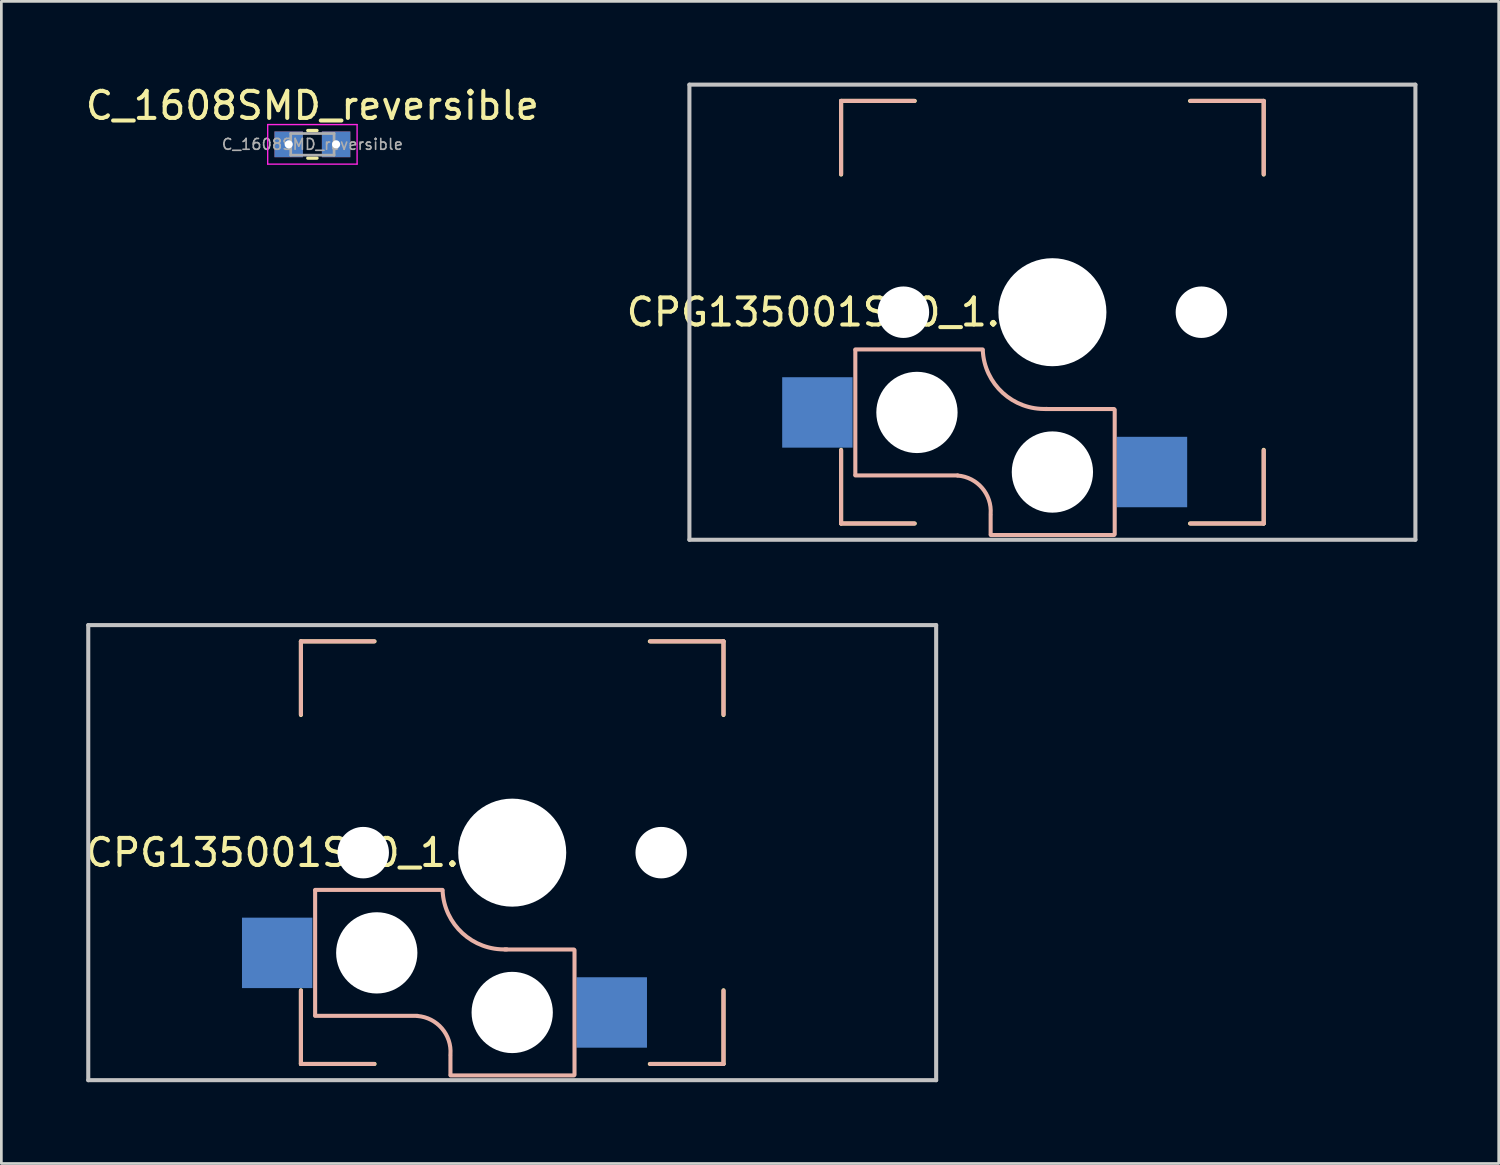
<source format=kicad_pcb>
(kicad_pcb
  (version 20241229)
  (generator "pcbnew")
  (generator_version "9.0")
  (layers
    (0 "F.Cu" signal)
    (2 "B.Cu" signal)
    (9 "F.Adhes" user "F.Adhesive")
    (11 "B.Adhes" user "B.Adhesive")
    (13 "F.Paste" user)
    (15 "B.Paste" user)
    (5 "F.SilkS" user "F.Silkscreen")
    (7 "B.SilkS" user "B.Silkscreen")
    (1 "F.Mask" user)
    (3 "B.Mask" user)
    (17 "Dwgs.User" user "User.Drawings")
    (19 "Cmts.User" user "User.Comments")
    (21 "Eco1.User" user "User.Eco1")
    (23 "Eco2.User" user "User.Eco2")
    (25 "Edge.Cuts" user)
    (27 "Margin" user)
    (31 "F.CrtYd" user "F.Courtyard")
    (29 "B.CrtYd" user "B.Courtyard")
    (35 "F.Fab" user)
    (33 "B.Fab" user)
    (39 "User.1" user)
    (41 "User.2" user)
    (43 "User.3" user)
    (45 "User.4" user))
  (footprint "CPG135001S30_1.5u"
    (layer "F.Cu")
    (at 35.799 8.475)
    (property "Reference" "CPG135001S30_1.5u" (at -7.9 0 180) (layer "F.SilkS") (effects (font (size 1 1) (thickness 0.15))))
    (attr through_hole)
    (fp_line (start -7.8 -7.8) (end -5.08 -7.8) (stroke (width 0.15) (type solid)) (layer "F.SilkS"))
    (fp_line (start -7.8 -5.08) (end -7.8 -7.8) (stroke (width 0.15) (type solid)) (layer "F.SilkS"))
    (fp_line (start -7.8 5.08) (end -7.8 7.8) (stroke (width 0.15) (type solid)) (layer "F.SilkS"))
    (fp_line (start -7.8 7.8) (end -5.08 7.8) (stroke (width 0.15) (type solid)) (layer "F.SilkS"))
    (fp_line (start 5.08 7.8) (end 7.8 7.8) (stroke (width 0.15) (type solid)) (layer "F.SilkS"))
    (fp_line (start 7.8 -7.8) (end 5.08 -7.8) (stroke (width 0.15) (type solid)) (layer "F.SilkS"))
    (fp_line (start 7.8 -5.08) (end 7.8 -7.8) (stroke (width 0.15) (type solid)) (layer "F.SilkS"))
    (fp_line (start 7.8 7.8) (end 7.8 5.08) (stroke (width 0.15) (type solid)) (layer "F.SilkS"))
    (fp_line (start -7.8 -7.8) (end -5.1 -7.8) (stroke (width 0.15) (type solid)) (layer "B.SilkS"))
    (fp_line (start -7.8 -5.1) (end -7.8 -7.8) (stroke (width 0.15) (type solid)) (layer "B.SilkS"))
    (fp_line (start -7.8 7.8) (end -7.8 5.1) (stroke (width 0.15) (type solid)) (layer "B.SilkS"))
    (fp_line (start -7.275 1.4) (end -7.275 6) (stroke (width 0.15) (type solid)) (layer "B.SilkS"))
    (fp_line (start -5.1 7.8) (end -7.8 7.8) (stroke (width 0.15) (type solid)) (layer "B.SilkS"))
    (fp_line (start -3.5 6.025) (end -7.275 6.025) (stroke (width 0.15) (type solid)) (layer "B.SilkS"))
    (fp_line (start -2.575 1.375) (end -7.275 1.375) (stroke (width 0.15) (type solid)) (layer "B.SilkS"))
    (fp_line (start -2.28 7.5) (end -2.28 8.2) (stroke (width 0.15) (type solid)) (layer "B.SilkS"))
    (fp_line (start 2.275 3.575) (end -0.275 3.575) (stroke (width 0.15) (type solid)) (layer "B.SilkS"))
    (fp_line (start 2.275 8.225) (end -2.275 8.225) (stroke (width 0.15) (type solid)) (layer "B.SilkS"))
    (fp_line (start 2.3 3.6) (end 2.3 8.2) (stroke (width 0.15) (type solid)) (layer "B.SilkS"))
    (fp_line (start 5.1 -7.8) (end 7.8 -7.8) (stroke (width 0.15) (type solid)) (layer "B.SilkS"))
    (fp_line (start 7.8 -7.8) (end 7.8 -5.1) (stroke (width 0.15) (type solid)) (layer "B.SilkS"))
    (fp_line (start 7.8 5.1) (end 7.8 7.8) (stroke (width 0.15) (type solid)) (layer "B.SilkS"))
    (fp_line (start 7.8 7.8) (end 5.1 7.8) (stroke (width 0.15) (type solid)) (layer "B.SilkS"))
    (fp_arc (start -3.5 6.03) (mid -2.595908 6.48733) (end -2.28 7.45) (stroke (width 0.15) (type solid)) (layer "B.SilkS"))
    (fp_arc (start -0.2 3.57) (mid -1.834422 2.975843) (end -2.57 1.4) (stroke (width 0.15) (type solid)) (layer "B.SilkS"))
    (fp_line (start -13.4 -8.4) (end 13.4 -8.4) (stroke (width 0.15) (type solid)) (layer "Dwgs.User"))
    (fp_line (start -13.4 8.4) (end -13.4 -8.4) (stroke (width 0.15) (type solid)) (layer "Dwgs.User"))
    (fp_line (start 13.4 -8.4) (end 13.4 8.4) (stroke (width 0.15) (type solid)) (layer "Dwgs.User"))
    (fp_line (start 13.4 8.4) (end -13.4 8.4) (stroke (width 0.15) (type solid)) (layer "Dwgs.User"))
    (fp_line (start -7 7) (end -7 -7) (stroke (width 0.15) (type solid)) (layer "Eco2.User"))
    (fp_line (start -7 7) (end 7 7) (stroke (width 0.15) (type solid)) (layer "Eco2.User"))
    (fp_line (start 7 -7) (end -7 -7) (stroke (width 0.15) (type solid)) (layer "Eco2.User"))
    (fp_line (start 7 -7) (end 7 7) (stroke (width 0.15) (type solid)) (layer "Eco2.User"))
    (pad "" np_thru_hole circle (at -5.5 0) (size 1.9 1.9) (drill 1.9) (layers "*.Cu" "*.Mask"))
    (pad "" np_thru_hole circle (at -5 3.7) (size 3 3) (drill 3) (layers "*.Cu" "*.Mask"))
    (pad "" np_thru_hole circle (at 0 0) (size 3.988 3.988) (drill 3.988) (layers "*.Cu" "*.Mask"))
    (pad "" np_thru_hole circle (at 0 5.9 90) (size 3 3) (drill 3) (layers "*.Cu" "*.Mask"))
    (pad "" np_thru_hole circle (at 5.5 0) (size 1.9 1.9) (drill 1.9) (layers "*.Cu" "*.Mask"))
    (pad "1" smd rect (at -8.675 3.7) (size 2.6 2.6) (layers "B.Cu" "B.Mask" "B.Paste"))
    (pad "2" smd rect (at 3.675 5.9 180) (size 2.6 2.6) (layers "B.Cu" "B.Mask" "B.Paste")))
  (footprint "C_1608SMD_reversible"
    (layer "F.Cu")
    (at 8.482 2.278)
    (property "Reference" "C_1608SMD_reversible" (at 0 -1.43 0) (layer "F.SilkS") (effects (font (size 1 1) (thickness 0.15))))
    (attr smd)
    (fp_line (start -0.171 -0.51) (end 0.171 -0.51) (stroke (width 0.12) (type solid)) (layer "F.SilkS"))
    (fp_line (start -0.171 0.51) (end 0.171 0.51) (stroke (width 0.12) (type solid)) (layer "F.SilkS"))
    (fp_line (start -1.65 -0.73) (end 1.65 -0.73) (stroke (width 0.05) (type solid)) (layer "F.CrtYd"))
    (fp_line (start -1.65 0.73) (end -1.65 -0.73) (stroke (width 0.05) (type solid)) (layer "F.CrtYd"))
    (fp_line (start 1.65 -0.73) (end 1.65 0.73) (stroke (width 0.05) (type solid)) (layer "F.CrtYd"))
    (fp_line (start 1.65 0.73) (end -1.65 0.73) (stroke (width 0.05) (type solid)) (layer "F.CrtYd"))
    (fp_line (start -0.8 -0.4) (end 0.8 -0.4) (stroke (width 0.1) (type solid)) (layer "F.Fab"))
    (fp_line (start -0.8 0.4) (end -0.8 -0.4) (stroke (width 0.1) (type solid)) (layer "F.Fab"))
    (fp_line (start 0.8 -0.4) (end 0.8 0.4) (stroke (width 0.1) (type solid)) (layer "F.Fab"))
    (fp_line (start 0.8 0.4) (end -0.8 0.4) (stroke (width 0.1) (type solid)) (layer "F.Fab"))
    (fp_text user "${REFERENCE}" (at 0 0 0) (layer "F.Fab") (effects (font (size 0.4 0.4) (thickness 0.06))))
    (pad "1" thru_hole rect (at -0.875 0) (size 1.05 0.95) (drill 0.3) (layers "*.Cu" "*.Mask"))
    (pad "2" thru_hole rect (at 0.875 0) (size 1.05 0.95) (drill 0.3) (layers "*.Cu" "*.Mask")))
  (footprint "CPG135001S30_1.75"
    (layer "F.Cu")
    (at 15.858 28.425)
    (property "Reference" "CPG135001S30_1.75" (at -7.9 0 180) (layer "F.SilkS") (effects (font (size 1 1) (thickness 0.15))))
    (attr through_hole)
    (fp_line (start -7.8 -7.8) (end -5.08 -7.8) (stroke (width 0.15) (type solid)) (layer "F.SilkS"))
    (fp_line (start -7.8 -5.08) (end -7.8 -7.8) (stroke (width 0.15) (type solid)) (layer "F.SilkS"))
    (fp_line (start -7.8 5.08) (end -7.8 7.8) (stroke (width 0.15) (type solid)) (layer "F.SilkS"))
    (fp_line (start -7.8 7.8) (end -5.08 7.8) (stroke (width 0.15) (type solid)) (layer "F.SilkS"))
    (fp_line (start 5.08 7.8) (end 7.8 7.8) (stroke (width 0.15) (type solid)) (layer "F.SilkS"))
    (fp_line (start 7.8 -7.8) (end 5.08 -7.8) (stroke (width 0.15) (type solid)) (layer "F.SilkS"))
    (fp_line (start 7.8 -5.08) (end 7.8 -7.8) (stroke (width 0.15) (type solid)) (layer "F.SilkS"))
    (fp_line (start 7.8 7.8) (end 7.8 5.08) (stroke (width 0.15) (type solid)) (layer "F.SilkS"))
    (fp_line (start -7.8 -7.8) (end -5.1 -7.8) (stroke (width 0.15) (type solid)) (layer "B.SilkS"))
    (fp_line (start -7.8 -5.1) (end -7.8 -7.8) (stroke (width 0.15) (type solid)) (layer "B.SilkS"))
    (fp_line (start -7.8 7.8) (end -7.8 5.1) (stroke (width 0.15) (type solid)) (layer "B.SilkS"))
    (fp_line (start -7.275 1.4) (end -7.275 6) (stroke (width 0.15) (type solid)) (layer "B.SilkS"))
    (fp_line (start -5.1 7.8) (end -7.8 7.8) (stroke (width 0.15) (type solid)) (layer "B.SilkS"))
    (fp_line (start -3.5 6.025) (end -7.275 6.025) (stroke (width 0.15) (type solid)) (layer "B.SilkS"))
    (fp_line (start -2.575 1.375) (end -7.275 1.375) (stroke (width 0.15) (type solid)) (layer "B.SilkS"))
    (fp_line (start -2.28 7.5) (end -2.28 8.2) (stroke (width 0.15) (type solid)) (layer "B.SilkS"))
    (fp_line (start 2.275 3.575) (end -0.275 3.575) (stroke (width 0.15) (type solid)) (layer "B.SilkS"))
    (fp_line (start 2.275 8.225) (end -2.275 8.225) (stroke (width 0.15) (type solid)) (layer "B.SilkS"))
    (fp_line (start 2.3 3.6) (end 2.3 8.2) (stroke (width 0.15) (type solid)) (layer "B.SilkS"))
    (fp_line (start 5.1 -7.8) (end 7.8 -7.8) (stroke (width 0.15) (type solid)) (layer "B.SilkS"))
    (fp_line (start 7.8 -7.8) (end 7.8 -5.1) (stroke (width 0.15) (type solid)) (layer "B.SilkS"))
    (fp_line (start 7.8 5.1) (end 7.8 7.8) (stroke (width 0.15) (type solid)) (layer "B.SilkS"))
    (fp_line (start 7.8 7.8) (end 5.1 7.8) (stroke (width 0.15) (type solid)) (layer "B.SilkS"))
    (fp_arc (start -3.5 6.03) (mid -2.595908 6.48733) (end -2.28 7.45) (stroke (width 0.15) (type solid)) (layer "B.SilkS"))
    (fp_arc (start -0.2 3.57) (mid -1.834422 2.975843) (end -2.57 1.4) (stroke (width 0.15) (type solid)) (layer "B.SilkS"))
    (fp_line (start -15.65 -8.4) (end 15.65 -8.4) (stroke (width 0.15) (type solid)) (layer "Dwgs.User"))
    (fp_line (start -15.65 8.4) (end -15.65 -8.4) (stroke (width 0.15) (type solid)) (layer "Dwgs.User"))
    (fp_line (start 15.65 -8.4) (end 15.65 8.4) (stroke (width 0.15) (type solid)) (layer "Dwgs.User"))
    (fp_line (start 15.65 8.4) (end -15.65 8.4) (stroke (width 0.15) (type solid)) (layer "Dwgs.User"))
    (fp_line (start -7 7) (end -7 -7) (stroke (width 0.15) (type solid)) (layer "Eco2.User"))
    (fp_line (start -7 7) (end 7 7) (stroke (width 0.15) (type solid)) (layer "Eco2.User"))
    (fp_line (start 7 -7) (end -7 -7) (stroke (width 0.15) (type solid)) (layer "Eco2.User"))
    (fp_line (start 7 -7) (end 7 7) (stroke (width 0.15) (type solid)) (layer "Eco2.User"))
    (pad "" np_thru_hole circle (at -5.5 0) (size 1.9 1.9) (drill 1.9) (layers "*.Cu" "*.Mask"))
    (pad "" np_thru_hole circle (at -5 3.7) (size 3 3) (drill 3) (layers "*.Cu" "*.Mask"))
    (pad "" np_thru_hole circle (at 0 0) (size 3.988 3.988) (drill 3.988) (layers "*.Cu" "*.Mask"))
    (pad "" np_thru_hole circle (at 0 5.9 90) (size 3 3) (drill 3) (layers "*.Cu" "*.Mask"))
    (pad "" np_thru_hole circle (at 5.5 0) (size 1.9 1.9) (drill 1.9) (layers "*.Cu" "*.Mask"))
    (pad "1" smd rect (at -8.675 3.7) (size 2.6 2.6) (layers "B.Cu" "B.Mask" "B.Paste"))
    (pad "2" smd rect (at 3.675 5.9 180) (size 2.6 2.6) (layers "B.Cu" "B.Mask" "B.Paste")))
  (gr_rect
    (start -3 -3)
    (end 52.274 39.9)
    (stroke (width 0.1) (type default))
    (fill no)
    (layer "Edge.Cuts")))
</source>
